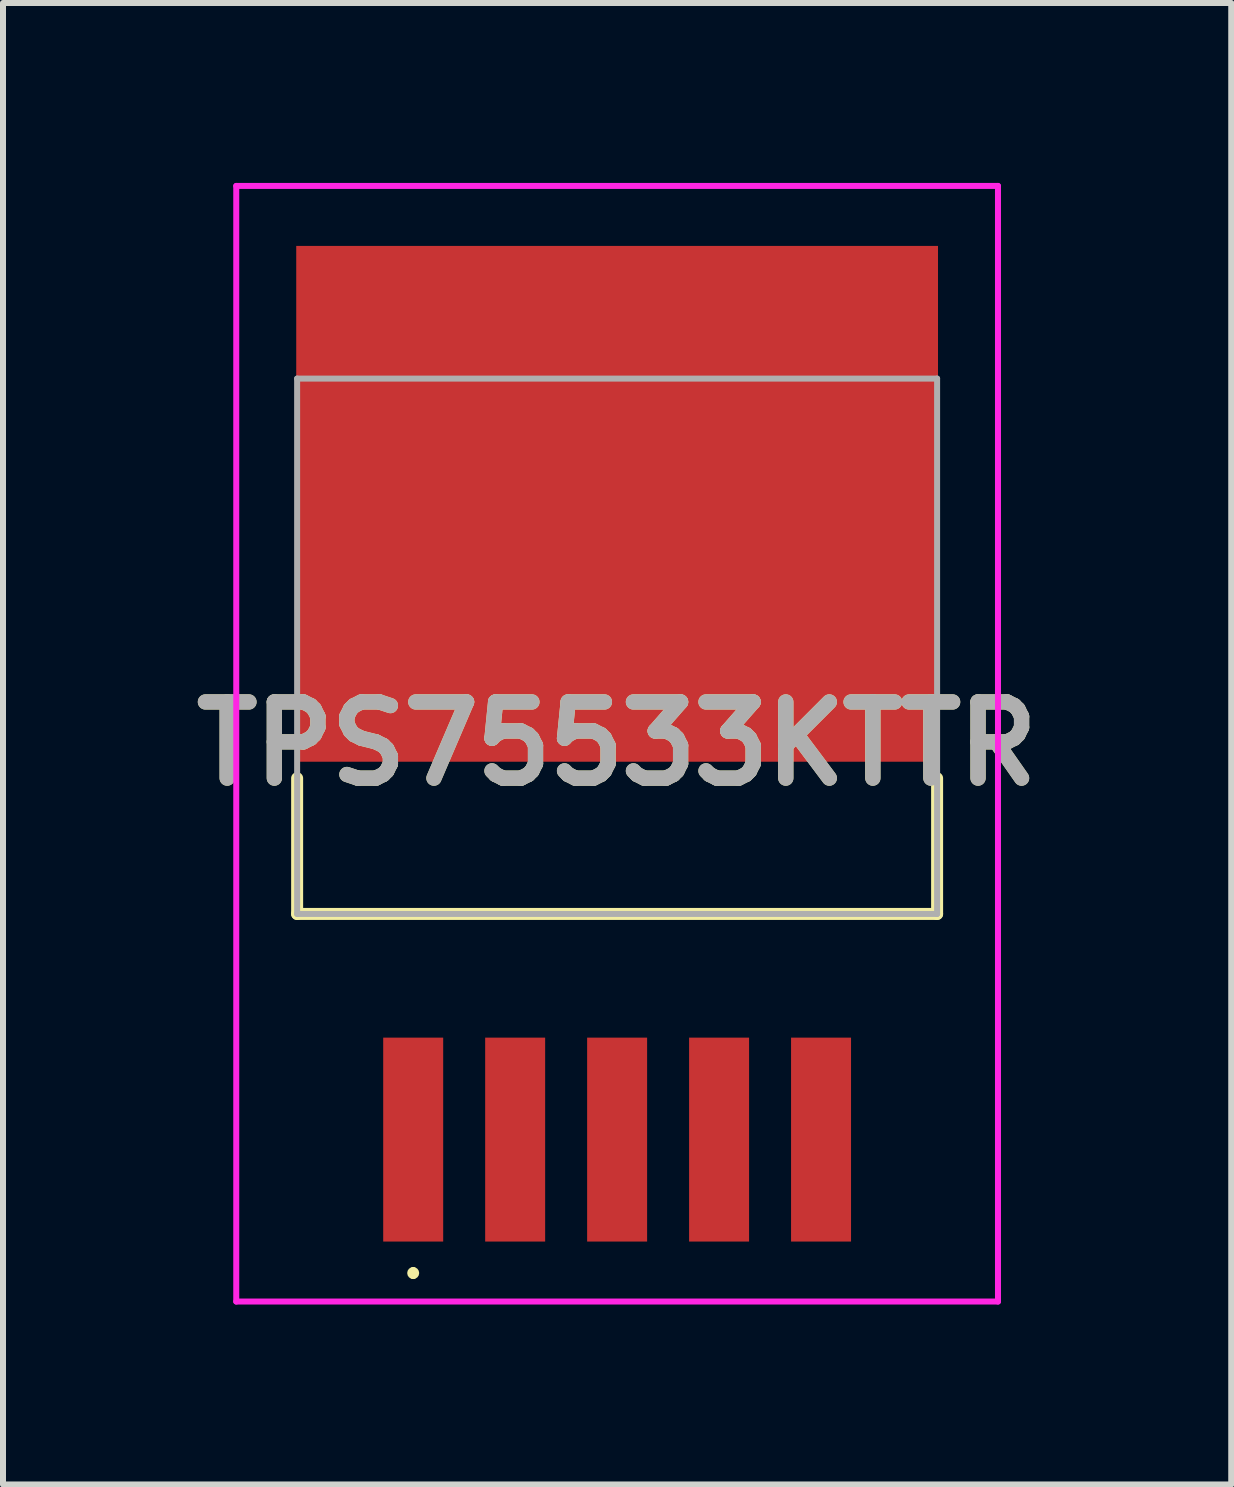
<source format=kicad_pcb>
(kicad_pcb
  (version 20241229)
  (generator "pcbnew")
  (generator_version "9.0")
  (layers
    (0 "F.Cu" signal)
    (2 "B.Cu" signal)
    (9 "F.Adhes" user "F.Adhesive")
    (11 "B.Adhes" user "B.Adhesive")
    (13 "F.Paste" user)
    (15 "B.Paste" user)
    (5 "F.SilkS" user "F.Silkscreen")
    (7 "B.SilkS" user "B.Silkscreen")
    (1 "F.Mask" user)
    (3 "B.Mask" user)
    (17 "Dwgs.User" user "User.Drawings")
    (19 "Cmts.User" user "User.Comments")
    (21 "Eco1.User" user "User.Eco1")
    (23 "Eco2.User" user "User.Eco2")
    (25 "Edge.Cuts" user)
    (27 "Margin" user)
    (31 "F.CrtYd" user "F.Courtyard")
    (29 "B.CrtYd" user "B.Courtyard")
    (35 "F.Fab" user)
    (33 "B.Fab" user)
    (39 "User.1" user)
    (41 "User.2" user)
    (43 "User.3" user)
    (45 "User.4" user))
  (footprint "TPS75533KTTR"
    (layer "F.Cu")
    (at 7.239 7.725)
    (property "Reference" "TPS75533KTTR" (at 0 1.624 0) (layer "F.SilkS") (effects (font (size 1.27 1.27) (thickness 0.254))))
    (attr smd)
    (fp_line (start -5.335 2.2) (end -5.335 4.463) (stroke (width 0.2) (type solid)) (layer "F.SilkS"))
    (fp_line (start -5.335 4.463) (end 5.335 4.463) (stroke (width 0.2) (type solid)) (layer "F.SilkS"))
    (fp_line (start -3.4 10.4) (end -3.4 10.4) (stroke (width 0.1) (type solid)) (layer "F.SilkS"))
    (fp_line (start -3.4 10.5) (end -3.4 10.5) (stroke (width 0.1) (type solid)) (layer "F.SilkS"))
    (fp_line (start 5.335 4.463) (end 5.335 2.2) (stroke (width 0.2) (type solid)) (layer "F.SilkS"))
    (fp_arc (start -3.4 10.4) (mid -3.35 10.45) (end -3.4 10.5) (stroke (width 0.1) (type solid)) (layer "F.SilkS"))
    (fp_arc (start -3.4 10.5) (mid -3.45 10.45) (end -3.4 10.4) (stroke (width 0.1) (type solid)) (layer "F.SilkS"))
    (fp_line (start -6.35 -7.675) (end 6.35 -7.675) (stroke (width 0.1) (type solid)) (layer "F.CrtYd"))
    (fp_line (start -6.35 10.925) (end -6.35 -7.675) (stroke (width 0.1) (type solid)) (layer "F.CrtYd"))
    (fp_line (start 6.35 -7.675) (end 6.35 10.925) (stroke (width 0.1) (type solid)) (layer "F.CrtYd"))
    (fp_line (start 6.35 10.925) (end -6.35 10.925) (stroke (width 0.1) (type solid)) (layer "F.CrtYd"))
    (fp_line (start -5.335 -4.463) (end 5.335 -4.463) (stroke (width 0.1) (type solid)) (layer "F.Fab"))
    (fp_line (start -5.335 4.463) (end -5.335 -4.463) (stroke (width 0.1) (type solid)) (layer "F.Fab"))
    (fp_line (start 5.335 -4.463) (end 5.335 4.463) (stroke (width 0.1) (type solid)) (layer "F.Fab"))
    (fp_line (start 5.335 4.463) (end -5.335 4.463) (stroke (width 0.1) (type solid)) (layer "F.Fab"))
    (fp_text user "${REFERENCE}" (at 0 1.624 0) (layer "F.Fab") (effects (font (size 1.27 1.27) (thickness 0.254))))
    (pad "1" smd rect (at -3.4 8.225) (size 1 3.4) (layers "F.Cu" "F.Mask" "F.Paste"))
    (pad "2" smd rect (at -1.7 8.225) (size 1 3.4) (layers "F.Cu" "F.Mask" "F.Paste"))
    (pad "3" smd rect (at 0 8.225) (size 1 3.4) (layers "F.Cu" "F.Mask" "F.Paste"))
    (pad "4" smd rect (at 1.7 8.225) (size 1 3.4) (layers "F.Cu" "F.Mask" "F.Paste"))
    (pad "5" smd rect (at 3.4 8.225) (size 1 3.4) (layers "F.Cu" "F.Mask" "F.Paste"))
    (pad "6" smd rect (at 0 -2.375 90) (size 8.6 10.7) (layers "F.Cu" "F.Mask" "F.Paste")))
  (gr_rect
    (start -3 -3)
    (end 17.478 21.7)
    (stroke (width 0.1) (type default))
    (fill no)
    (layer "Edge.Cuts")))
</source>
